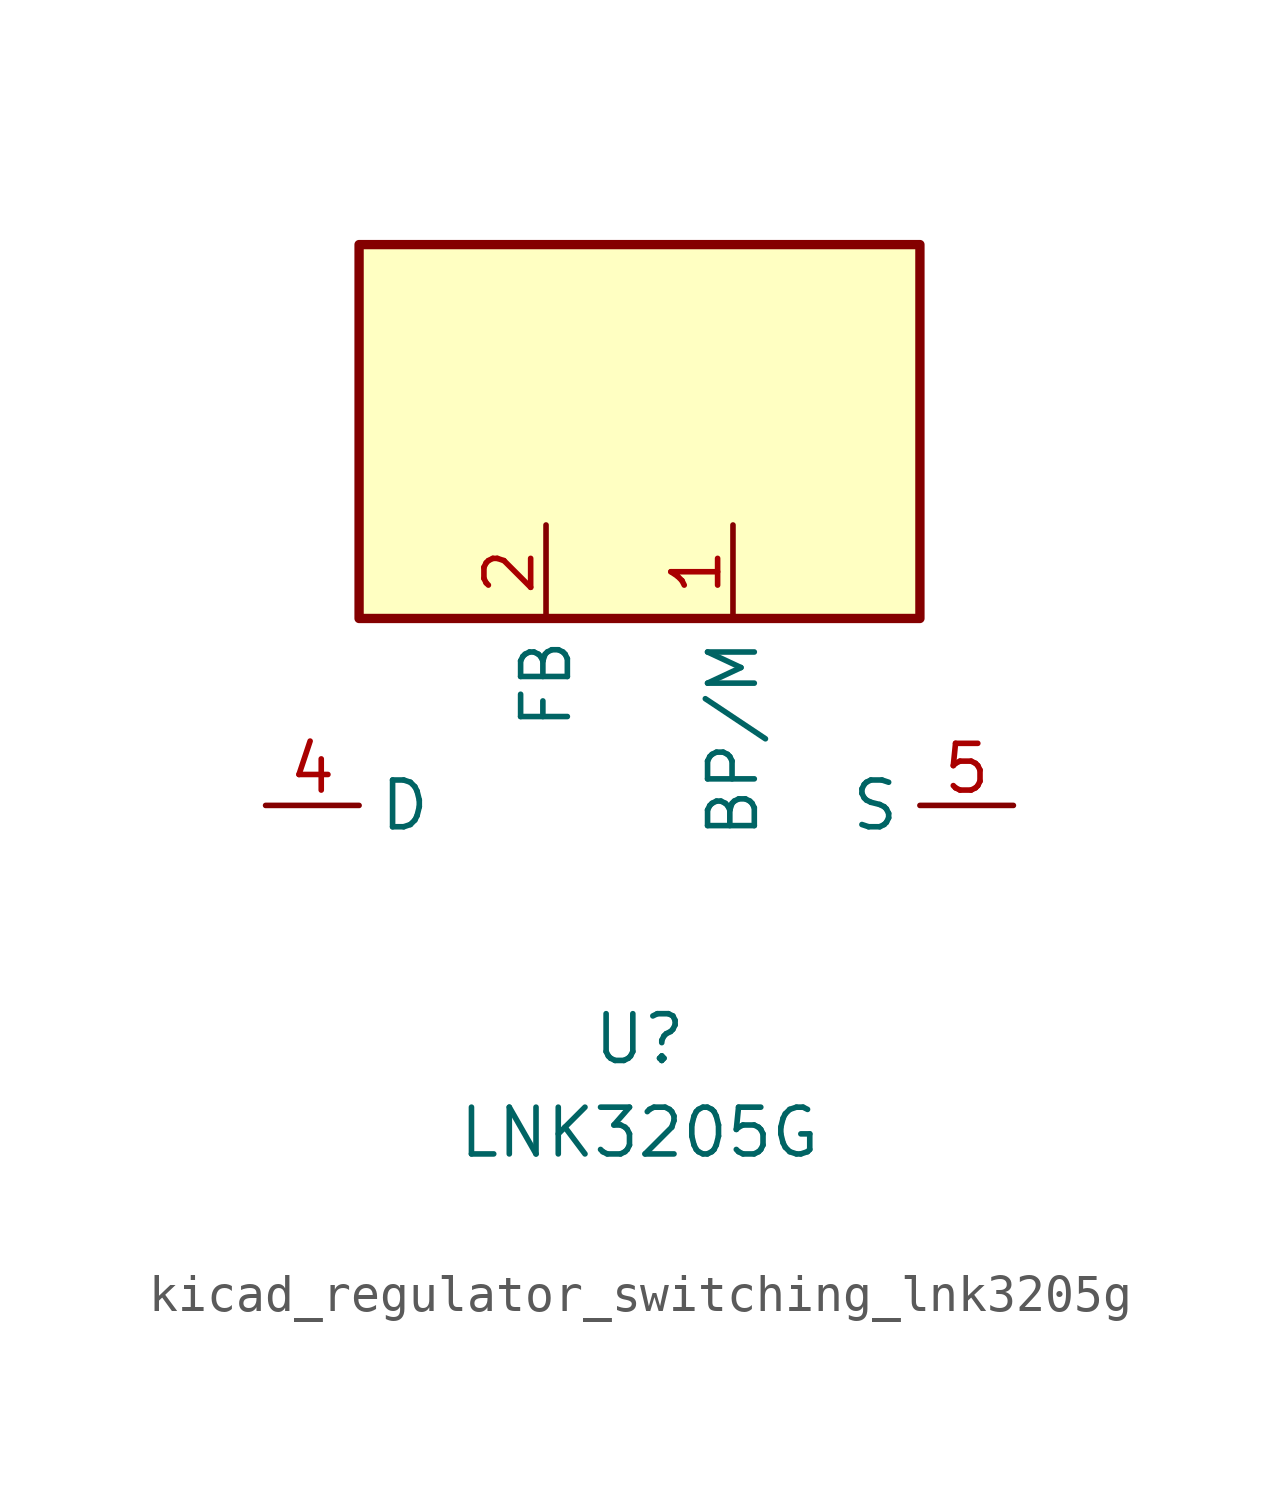
<source format=kicad_sym>
(kicad_symbol_lib
  (version 20220914)
  (generator kicad_symbol_editor)
  (symbol "kicad_regulator_switching_lnk3205g"
    (property "Reference" "U"
      (at 0 -6.35 0)
      (effects (font (size 1.27 1.27))))
    (property "Value" "LNK3205G"
      (at 0 -8.89 0)
      (effects (font (size 1.27 1.27))))
    (symbol "kicad_regulator_switching_lnk3205g_0_1"
      (rectangle (start 7.62 15.24) (end -7.62 5.08) (stroke (width 0.254) (type default)) (fill (type background))))
    (symbol "kicad_regulator_switching_lnk3205g_1_1"
      (pin input line (at 2.54 7.62 270) (length 2.54) (name "BP/M" (effects (font (size 1.27 1.27)))) (number "1" (effects (font (size 1.27 1.27)))))
      (pin input line (at -2.54 7.62 270) (length 2.54) (name "FB" (effects (font (size 1.27 1.27)))) (number "2" (effects (font (size 1.27 1.27)))))
      (pin open_collector line (at -10.16 0 0) (length 2.54) (name "D" (effects (font (size 1.27 1.27)))) (number "4" (effects (font (size 1.27 1.27)))))
      (pin power_in line (at 10.16 0 180) (length 2.54) (name "S" (effects (font (size 1.27 1.27)))) (number "5" (effects (font (size 1.27 1.27)))))
      (pin passive line (at 10.16 0 180) (length 2.54) hide (name "S" (effects (font (size 1.27 1.27)))) (number "6" (effects (font (size 1.27 1.27)))))
      (pin passive line (at 10.16 0 180) (length 2.54) hide (name "S" (effects (font (size 1.27 1.27)))) (number "7" (effects (font (size 1.27 1.27)))))
      (pin passive line (at 10.16 0 180) (length 2.54) hide (name "S" (effects (font (size 1.27 1.27)))) (number "8" (effects (font (size 1.27 1.27))))))))
</source>
